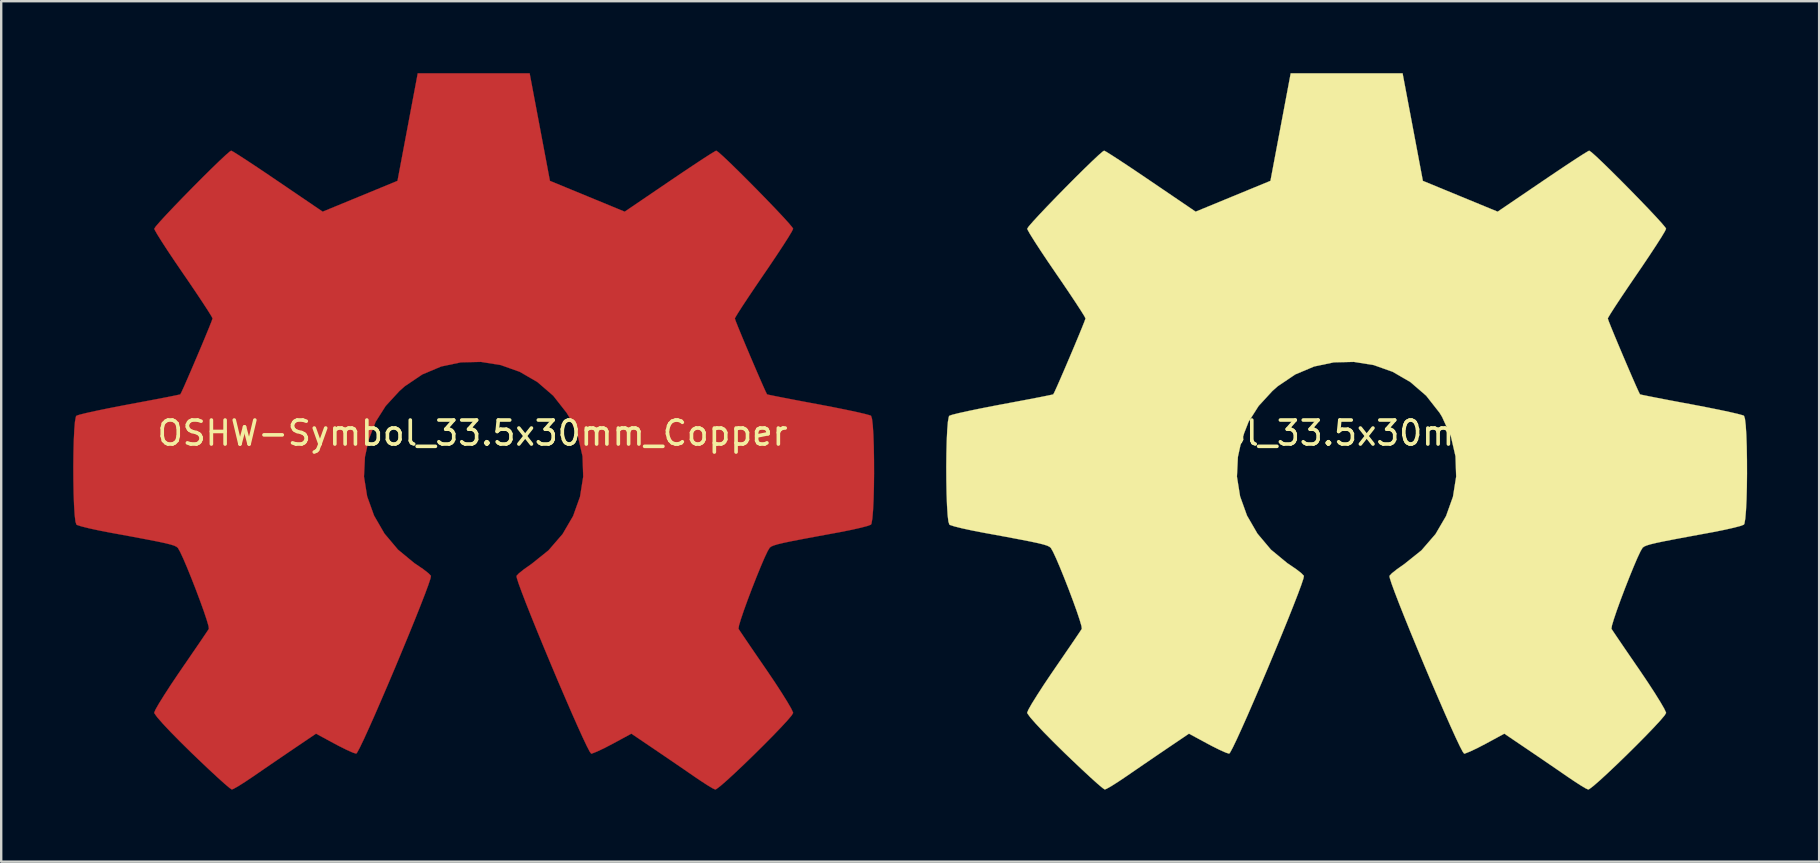
<source format=kicad_pcb>
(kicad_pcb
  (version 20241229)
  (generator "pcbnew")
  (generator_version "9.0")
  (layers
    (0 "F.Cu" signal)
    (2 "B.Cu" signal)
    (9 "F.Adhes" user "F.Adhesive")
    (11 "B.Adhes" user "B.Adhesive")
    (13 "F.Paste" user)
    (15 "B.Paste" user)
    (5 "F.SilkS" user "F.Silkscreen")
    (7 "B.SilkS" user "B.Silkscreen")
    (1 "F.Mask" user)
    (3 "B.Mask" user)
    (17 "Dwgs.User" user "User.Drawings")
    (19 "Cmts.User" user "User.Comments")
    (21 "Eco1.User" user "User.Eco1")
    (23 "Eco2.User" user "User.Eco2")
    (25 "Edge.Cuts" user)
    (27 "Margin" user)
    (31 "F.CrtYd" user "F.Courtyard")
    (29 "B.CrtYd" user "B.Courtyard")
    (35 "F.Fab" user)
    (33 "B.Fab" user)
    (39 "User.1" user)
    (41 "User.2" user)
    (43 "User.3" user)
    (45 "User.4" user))
  (footprint "OSHW-Symbol_33.5x30mm_SilkScreen"
    (layer "F.Cu")
    (at 53.003 14.993)
    (property "Reference" "OSHW-Symbol_33.5x30mm_SilkScreen" (at 0 0 0) (layer "F.SilkS") (effects (font (size 1 1) (thickness 0.15))))
    (attr board_only exclude_from_pos_files exclude_from_bom allow_missing_courtyard)
    (fp_poly (pts (xy 2.8 -12.748) (xy 3.222 -10.509) (xy 4.779 -9.867) (xy 6.337 -9.225) (xy 8.206 -10.495) (xy 8.73 -10.849) (xy 9.203 -11.165) (xy 9.603 -11.429) (xy 9.91 -11.626) (xy 10.1 -11.741) (xy 10.151 -11.766) (xy 10.244 -11.702) (xy 10.443 -11.525) (xy 10.726 -11.257) (xy 11.07 -10.921) (xy 11.453 -10.54) (xy 11.852 -10.137) (xy 12.246 -9.733) (xy 12.612 -9.352) (xy 12.927 -9.017) (xy 13.17 -8.75) (xy 13.318 -8.573) (xy 13.354 -8.514) (xy 13.303 -8.405) (xy 13.16 -8.166) (xy 12.94 -7.821) (xy 12.658 -7.393) (xy 12.33 -6.905) (xy 12.14 -6.627) (xy 11.793 -6.118) (xy 11.485 -5.66) (xy 11.23 -5.274) (xy 11.044 -4.983) (xy 10.941 -4.81) (xy 10.926 -4.774) (xy 10.961 -4.67) (xy 11.056 -4.43) (xy 11.197 -4.086) (xy 11.37 -3.672) (xy 11.56 -3.222) (xy 11.753 -2.77) (xy 11.934 -2.35) (xy 12.089 -1.996) (xy 12.204 -1.741) (xy 12.265 -1.619) (xy 12.268 -1.615) (xy 12.363 -1.591) (xy 12.615 -1.54) (xy 12.999 -1.464) (xy 13.488 -1.37) (xy 14.056 -1.263) (xy 14.387 -1.202) (xy 14.994 -1.086) (xy 15.542 -0.976) (xy 16.004 -0.878) (xy 16.352 -0.797) (xy 16.557 -0.74) (xy 16.599 -0.722) (xy 16.639 -0.599) (xy 16.672 -0.323) (xy 16.697 0.076) (xy 16.714 0.564) (xy 16.723 1.11) (xy 16.725 1.68) (xy 16.719 2.242) (xy 16.705 2.765) (xy 16.683 3.215) (xy 16.654 3.56) (xy 16.618 3.768) (xy 16.596 3.812) (xy 16.464 3.864) (xy 16.185 3.938) (xy 15.796 4.026) (xy 15.333 4.119) (xy 15.172 4.149) (xy 14.393 4.292) (xy 13.777 4.407) (xy 13.305 4.498) (xy 12.956 4.571) (xy 12.71 4.63) (xy 12.546 4.68) (xy 12.444 4.724) (xy 12.384 4.768) (xy 12.375 4.777) (xy 12.291 4.918) (xy 12.162 5.191) (xy 12.002 5.565) (xy 11.823 6.004) (xy 11.638 6.475) (xy 11.46 6.946) (xy 11.302 7.382) (xy 11.178 7.75) (xy 11.098 8.017) (xy 11.078 8.149) (xy 11.079 8.153) (xy 11.15 8.261) (xy 11.309 8.497) (xy 11.541 8.839) (xy 11.829 9.26) (xy 12.156 9.736) (xy 12.249 9.871) (xy 12.58 10.362) (xy 12.872 10.81) (xy 13.108 11.189) (xy 13.273 11.473) (xy 13.35 11.638) (xy 13.354 11.658) (xy 13.289 11.764) (xy 13.11 11.975) (xy 12.84 12.267) (xy 12.502 12.618) (xy 12.119 13.005) (xy 11.714 13.406) (xy 11.309 13.799) (xy 10.928 14.159) (xy 10.594 14.466) (xy 10.33 14.696) (xy 10.159 14.826) (xy 10.112 14.848) (xy 10.001 14.798) (xy 9.775 14.662) (xy 9.471 14.464) (xy 9.236 14.305) (xy 8.812 14.013) (xy 8.309 13.669) (xy 7.804 13.325) (xy 7.533 13.141) (xy 6.615 12.52) (xy 5.845 12.937) (xy 5.494 13.12) (xy 5.195 13.261) (xy 4.993 13.342) (xy 4.942 13.354) (xy 4.88 13.27) (xy 4.758 13.036) (xy 4.585 12.671) (xy 4.37 12.197) (xy 4.122 11.637) (xy 3.851 11.011) (xy 3.564 10.343) (xy 3.273 9.652) (xy 2.985 8.961) (xy 2.709 8.292) (xy 2.456 7.666) (xy 2.233 7.105) (xy 2.051 6.631) (xy 1.917 6.265) (xy 1.842 6.029) (xy 1.83 5.948) (xy 1.926 5.844) (xy 2.136 5.676) (xy 2.416 5.479) (xy 2.44 5.463) (xy 3.164 4.883) (xy 3.749 4.206) (xy 4.188 3.454) (xy 4.476 2.649) (xy 4.609 1.812) (xy 4.581 0.965) (xy 4.388 0.129) (xy 4.024 -0.673) (xy 3.917 -0.849) (xy 3.36 -1.558) (xy 2.701 -2.127) (xy 1.965 -2.554) (xy 1.173 -2.835) (xy 0.348 -2.967) (xy -0.487 -2.948) (xy -1.309 -2.775) (xy -2.095 -2.444) (xy -2.823 -1.953) (xy -3.048 -1.754) (xy -3.621 -1.13) (xy -4.038 -0.473) (xy -4.325 0.263) (xy -4.484 0.993) (xy -4.524 1.813) (xy -4.392 2.636) (xy -4.104 3.437) (xy -3.671 4.185) (xy -3.108 4.854) (xy -2.427 5.416) (xy -2.338 5.475) (xy -2.054 5.669) (xy -1.839 5.837) (xy -1.736 5.944) (xy -1.734 5.948) (xy -1.756 6.064) (xy -1.844 6.327) (xy -1.988 6.716) (xy -2.18 7.209) (xy -2.409 7.784) (xy -2.668 8.42) (xy -2.947 9.095) (xy -3.236 9.788) (xy -3.528 10.476) (xy -3.812 11.137) (xy -4.079 11.752) (xy -4.322 12.297) (xy -4.529 12.751) (xy -4.693 13.092) (xy -4.804 13.299) (xy -4.848 13.354) (xy -4.985 13.311) (xy -5.24 13.198) (xy -5.57 13.033) (xy -5.751 12.937) (xy -6.522 12.52) (xy -7.44 13.141) (xy -7.908 13.459) (xy -8.421 13.809) (xy -8.902 14.139) (xy -9.143 14.305) (xy -9.482 14.532) (xy -9.768 14.713) (xy -9.966 14.823) (xy -10.03 14.846) (xy -10.123 14.783) (xy -10.33 14.608) (xy -10.63 14.338) (xy -11.003 13.992) (xy -11.429 13.588) (xy -11.699 13.329) (xy -12.17 12.865) (xy -12.578 12.451) (xy -12.905 12.103) (xy -13.135 11.84) (xy -13.252 11.678) (xy -13.263 11.646) (xy -13.211 11.521) (xy -13.068 11.269) (xy -12.848 10.916) (xy -12.57 10.486) (xy -12.247 10.005) (xy -12.155 9.871) (xy -11.821 9.384) (xy -11.521 8.946) (xy -11.272 8.581) (xy -11.091 8.313) (xy -10.995 8.168) (xy -10.986 8.153) (xy -11 8.038) (xy -11.074 7.783) (xy -11.194 7.424) (xy -11.349 6.994) (xy -11.525 6.525) (xy -11.71 6.052) (xy -11.89 5.608) (xy -12.053 5.226) (xy -12.186 4.941) (xy -12.275 4.785) (xy -12.282 4.777) (xy -12.337 4.733) (xy -12.429 4.688) (xy -12.58 4.64) (xy -12.809 4.583) (xy -13.137 4.513) (xy -13.584 4.426) (xy -14.17 4.315) (xy -14.917 4.178) (xy -15.078 4.149) (xy -15.557 4.056) (xy -15.974 3.966) (xy -16.294 3.886) (xy -16.478 3.826) (xy -16.502 3.812) (xy -16.543 3.687) (xy -16.576 3.409) (xy -16.601 3.009) (xy -16.619 2.52) (xy -16.629 1.974) (xy -16.632 1.404) (xy -16.626 0.842) (xy -16.613 0.32) (xy -16.592 -0.129) (xy -16.564 -0.473) (xy -16.527 -0.68) (xy -16.505 -0.722) (xy -16.383 -0.765) (xy -16.105 -0.834) (xy -15.698 -0.924) (xy -15.19 -1.029) (xy -14.61 -1.142) (xy -14.294 -1.202) (xy -13.694 -1.314) (xy -13.159 -1.415) (xy -12.715 -1.501) (xy -12.388 -1.567) (xy -12.205 -1.606) (xy -12.175 -1.615) (xy -12.124 -1.713) (xy -12.016 -1.95) (xy -11.866 -2.292) (xy -11.688 -2.704) (xy -11.496 -3.154) (xy -11.304 -3.607) (xy -11.128 -4.029) (xy -10.981 -4.386) (xy -10.878 -4.645) (xy -10.833 -4.772) (xy -10.832 -4.778) (xy -10.883 -4.878) (xy -11.026 -5.108) (xy -11.246 -5.446) (xy -11.527 -5.868) (xy -11.855 -6.352) (xy -12.046 -6.63) (xy -12.394 -7.14) (xy -12.703 -7.602) (xy -12.958 -7.995) (xy -13.144 -8.293) (xy -13.246 -8.475) (xy -13.26 -8.515) (xy -13.197 -8.61) (xy -13.022 -8.812) (xy -12.758 -9.099) (xy -12.428 -9.448) (xy -12.052 -9.837) (xy -11.655 -10.242) (xy -11.257 -10.642) (xy -10.882 -11.013) (xy -10.551 -11.333) (xy -10.288 -11.58) (xy -10.114 -11.73) (xy -10.056 -11.766) (xy -9.961 -11.716) (xy -9.734 -11.574) (xy -9.398 -11.356) (xy -8.973 -11.075) (xy -8.483 -10.746) (xy -8.113 -10.495) (xy -6.244 -9.225) (xy -4.686 -9.867) (xy -3.128 -10.509) (xy -2.706 -12.748) (xy -2.284 -14.988) (xy 2.377 -14.988) (xy 2.8 -12.748)) (stroke (width 0.01) (type solid)) (fill yes) (layer "F.SilkS")))
  (footprint "OSHW-Symbol_33.5x30mm_Copper"
    (layer "F.Cu")
    (at 16.637 14.993)
    (property "Reference" "OSHW-Symbol_33.5x30mm_Copper" (at 0 0 0) (layer "F.SilkS") (effects (font (size 1 1) (thickness 0.15))))
    (attr board_only exclude_from_pos_files exclude_from_bom allow_missing_courtyard)
    (fp_poly (pts (xy 2.8 -12.748) (xy 3.222 -10.509) (xy 4.779 -9.867) (xy 6.337 -9.225) (xy 8.206 -10.495) (xy 8.73 -10.849) (xy 9.203 -11.165) (xy 9.603 -11.429) (xy 9.91 -11.626) (xy 10.1 -11.741) (xy 10.151 -11.766) (xy 10.244 -11.702) (xy 10.443 -11.525) (xy 10.726 -11.257) (xy 11.07 -10.921) (xy 11.453 -10.54) (xy 11.852 -10.137) (xy 12.246 -9.733) (xy 12.612 -9.352) (xy 12.927 -9.017) (xy 13.17 -8.75) (xy 13.318 -8.573) (xy 13.354 -8.514) (xy 13.303 -8.405) (xy 13.16 -8.166) (xy 12.94 -7.821) (xy 12.658 -7.393) (xy 12.33 -6.905) (xy 12.14 -6.627) (xy 11.793 -6.118) (xy 11.485 -5.66) (xy 11.23 -5.274) (xy 11.044 -4.983) (xy 10.941 -4.81) (xy 10.926 -4.774) (xy 10.961 -4.67) (xy 11.056 -4.43) (xy 11.197 -4.086) (xy 11.37 -3.672) (xy 11.56 -3.222) (xy 11.753 -2.77) (xy 11.934 -2.35) (xy 12.089 -1.996) (xy 12.204 -1.741) (xy 12.265 -1.619) (xy 12.268 -1.615) (xy 12.363 -1.591) (xy 12.615 -1.54) (xy 12.999 -1.464) (xy 13.488 -1.37) (xy 14.056 -1.263) (xy 14.387 -1.202) (xy 14.994 -1.086) (xy 15.542 -0.976) (xy 16.004 -0.878) (xy 16.352 -0.797) (xy 16.557 -0.74) (xy 16.599 -0.722) (xy 16.639 -0.599) (xy 16.672 -0.323) (xy 16.697 0.076) (xy 16.714 0.564) (xy 16.723 1.11) (xy 16.725 1.68) (xy 16.719 2.242) (xy 16.705 2.765) (xy 16.683 3.215) (xy 16.654 3.56) (xy 16.618 3.768) (xy 16.596 3.812) (xy 16.464 3.864) (xy 16.185 3.938) (xy 15.796 4.026) (xy 15.333 4.119) (xy 15.172 4.149) (xy 14.393 4.292) (xy 13.777 4.407) (xy 13.305 4.498) (xy 12.956 4.571) (xy 12.71 4.63) (xy 12.546 4.68) (xy 12.444 4.724) (xy 12.384 4.768) (xy 12.375 4.777) (xy 12.291 4.918) (xy 12.162 5.191) (xy 12.002 5.565) (xy 11.823 6.004) (xy 11.638 6.475) (xy 11.46 6.946) (xy 11.302 7.382) (xy 11.178 7.75) (xy 11.098 8.017) (xy 11.078 8.149) (xy 11.079 8.153) (xy 11.15 8.261) (xy 11.309 8.497) (xy 11.541 8.839) (xy 11.829 9.26) (xy 12.156 9.736) (xy 12.249 9.871) (xy 12.58 10.362) (xy 12.872 10.81) (xy 13.108 11.189) (xy 13.273 11.473) (xy 13.35 11.638) (xy 13.354 11.658) (xy 13.289 11.764) (xy 13.11 11.975) (xy 12.84 12.267) (xy 12.502 12.618) (xy 12.119 13.005) (xy 11.714 13.406) (xy 11.309 13.799) (xy 10.928 14.159) (xy 10.594 14.466) (xy 10.33 14.696) (xy 10.159 14.826) (xy 10.112 14.848) (xy 10.001 14.798) (xy 9.775 14.662) (xy 9.471 14.464) (xy 9.236 14.305) (xy 8.812 14.013) (xy 8.309 13.669) (xy 7.804 13.325) (xy 7.533 13.141) (xy 6.615 12.52) (xy 5.845 12.937) (xy 5.494 13.12) (xy 5.195 13.261) (xy 4.993 13.342) (xy 4.942 13.354) (xy 4.88 13.27) (xy 4.758 13.036) (xy 4.585 12.671) (xy 4.37 12.197) (xy 4.122 11.637) (xy 3.851 11.011) (xy 3.564 10.343) (xy 3.273 9.652) (xy 2.985 8.961) (xy 2.709 8.292) (xy 2.456 7.666) (xy 2.233 7.105) (xy 2.051 6.631) (xy 1.917 6.265) (xy 1.842 6.029) (xy 1.83 5.948) (xy 1.926 5.844) (xy 2.136 5.676) (xy 2.416 5.479) (xy 2.44 5.463) (xy 3.164 4.883) (xy 3.749 4.206) (xy 4.188 3.454) (xy 4.476 2.649) (xy 4.609 1.812) (xy 4.581 0.965) (xy 4.388 0.129) (xy 4.024 -0.673) (xy 3.917 -0.849) (xy 3.36 -1.558) (xy 2.701 -2.127) (xy 1.965 -2.554) (xy 1.173 -2.835) (xy 0.348 -2.967) (xy -0.487 -2.948) (xy -1.309 -2.775) (xy -2.095 -2.444) (xy -2.823 -1.953) (xy -3.048 -1.754) (xy -3.621 -1.13) (xy -4.038 -0.473) (xy -4.325 0.263) (xy -4.484 0.993) (xy -4.524 1.813) (xy -4.392 2.636) (xy -4.104 3.437) (xy -3.671 4.185) (xy -3.108 4.854) (xy -2.427 5.416) (xy -2.338 5.475) (xy -2.054 5.669) (xy -1.839 5.837) (xy -1.736 5.944) (xy -1.734 5.948) (xy -1.756 6.064) (xy -1.844 6.327) (xy -1.988 6.716) (xy -2.18 7.209) (xy -2.409 7.784) (xy -2.668 8.42) (xy -2.947 9.095) (xy -3.236 9.788) (xy -3.528 10.476) (xy -3.812 11.137) (xy -4.079 11.752) (xy -4.322 12.297) (xy -4.529 12.751) (xy -4.693 13.092) (xy -4.804 13.299) (xy -4.848 13.354) (xy -4.985 13.311) (xy -5.24 13.198) (xy -5.57 13.033) (xy -5.751 12.937) (xy -6.522 12.52) (xy -7.44 13.141) (xy -7.908 13.459) (xy -8.421 13.809) (xy -8.902 14.139) (xy -9.143 14.305) (xy -9.482 14.532) (xy -9.768 14.713) (xy -9.966 14.823) (xy -10.03 14.846) (xy -10.123 14.783) (xy -10.33 14.608) (xy -10.63 14.338) (xy -11.003 13.992) (xy -11.429 13.588) (xy -11.699 13.329) (xy -12.17 12.865) (xy -12.578 12.451) (xy -12.905 12.103) (xy -13.135 11.84) (xy -13.252 11.678) (xy -13.263 11.646) (xy -13.211 11.521) (xy -13.068 11.269) (xy -12.848 10.916) (xy -12.57 10.486) (xy -12.247 10.005) (xy -12.155 9.871) (xy -11.821 9.384) (xy -11.521 8.946) (xy -11.272 8.581) (xy -11.091 8.313) (xy -10.995 8.168) (xy -10.986 8.153) (xy -11 8.038) (xy -11.074 7.783) (xy -11.194 7.424) (xy -11.349 6.994) (xy -11.525 6.525) (xy -11.71 6.052) (xy -11.89 5.608) (xy -12.053 5.226) (xy -12.186 4.941) (xy -12.275 4.785) (xy -12.282 4.777) (xy -12.337 4.733) (xy -12.429 4.688) (xy -12.58 4.64) (xy -12.809 4.583) (xy -13.137 4.513) (xy -13.584 4.426) (xy -14.17 4.315) (xy -14.917 4.178) (xy -15.078 4.149) (xy -15.557 4.056) (xy -15.974 3.966) (xy -16.294 3.886) (xy -16.478 3.826) (xy -16.502 3.812) (xy -16.543 3.687) (xy -16.576 3.409) (xy -16.601 3.009) (xy -16.619 2.52) (xy -16.629 1.974) (xy -16.632 1.404) (xy -16.626 0.842) (xy -16.613 0.32) (xy -16.592 -0.129) (xy -16.564 -0.473) (xy -16.527 -0.68) (xy -16.505 -0.722) (xy -16.383 -0.765) (xy -16.105 -0.834) (xy -15.698 -0.924) (xy -15.19 -1.029) (xy -14.61 -1.142) (xy -14.294 -1.202) (xy -13.694 -1.314) (xy -13.159 -1.415) (xy -12.715 -1.501) (xy -12.388 -1.567) (xy -12.205 -1.606) (xy -12.175 -1.615) (xy -12.124 -1.713) (xy -12.016 -1.95) (xy -11.866 -2.292) (xy -11.688 -2.704) (xy -11.496 -3.154) (xy -11.304 -3.607) (xy -11.128 -4.029) (xy -10.981 -4.386) (xy -10.878 -4.645) (xy -10.833 -4.772) (xy -10.832 -4.778) (xy -10.883 -4.878) (xy -11.026 -5.108) (xy -11.246 -5.446) (xy -11.527 -5.868) (xy -11.855 -6.352) (xy -12.046 -6.63) (xy -12.394 -7.14) (xy -12.703 -7.602) (xy -12.958 -7.995) (xy -13.144 -8.293) (xy -13.246 -8.475) (xy -13.26 -8.515) (xy -13.197 -8.61) (xy -13.022 -8.812) (xy -12.758 -9.099) (xy -12.428 -9.448) (xy -12.052 -9.837) (xy -11.655 -10.242) (xy -11.257 -10.642) (xy -10.882 -11.013) (xy -10.551 -11.333) (xy -10.288 -11.58) (xy -10.114 -11.73) (xy -10.056 -11.766) (xy -9.961 -11.716) (xy -9.734 -11.574) (xy -9.398 -11.356) (xy -8.973 -11.075) (xy -8.483 -10.746) (xy -8.113 -10.495) (xy -6.244 -9.225) (xy -4.686 -9.867) (xy -3.128 -10.509) (xy -2.706 -12.748) (xy -2.284 -14.988) (xy 2.377 -14.988) (xy 2.8 -12.748)) (stroke (width 0.01) (type solid)) (fill yes) (layer "F.Cu")))
  (gr_rect
    (start -3 -3)
    (end 72.733 32.846)
    (stroke (width 0.1) (type default))
    (fill no)
    (layer "Edge.Cuts")))
</source>
